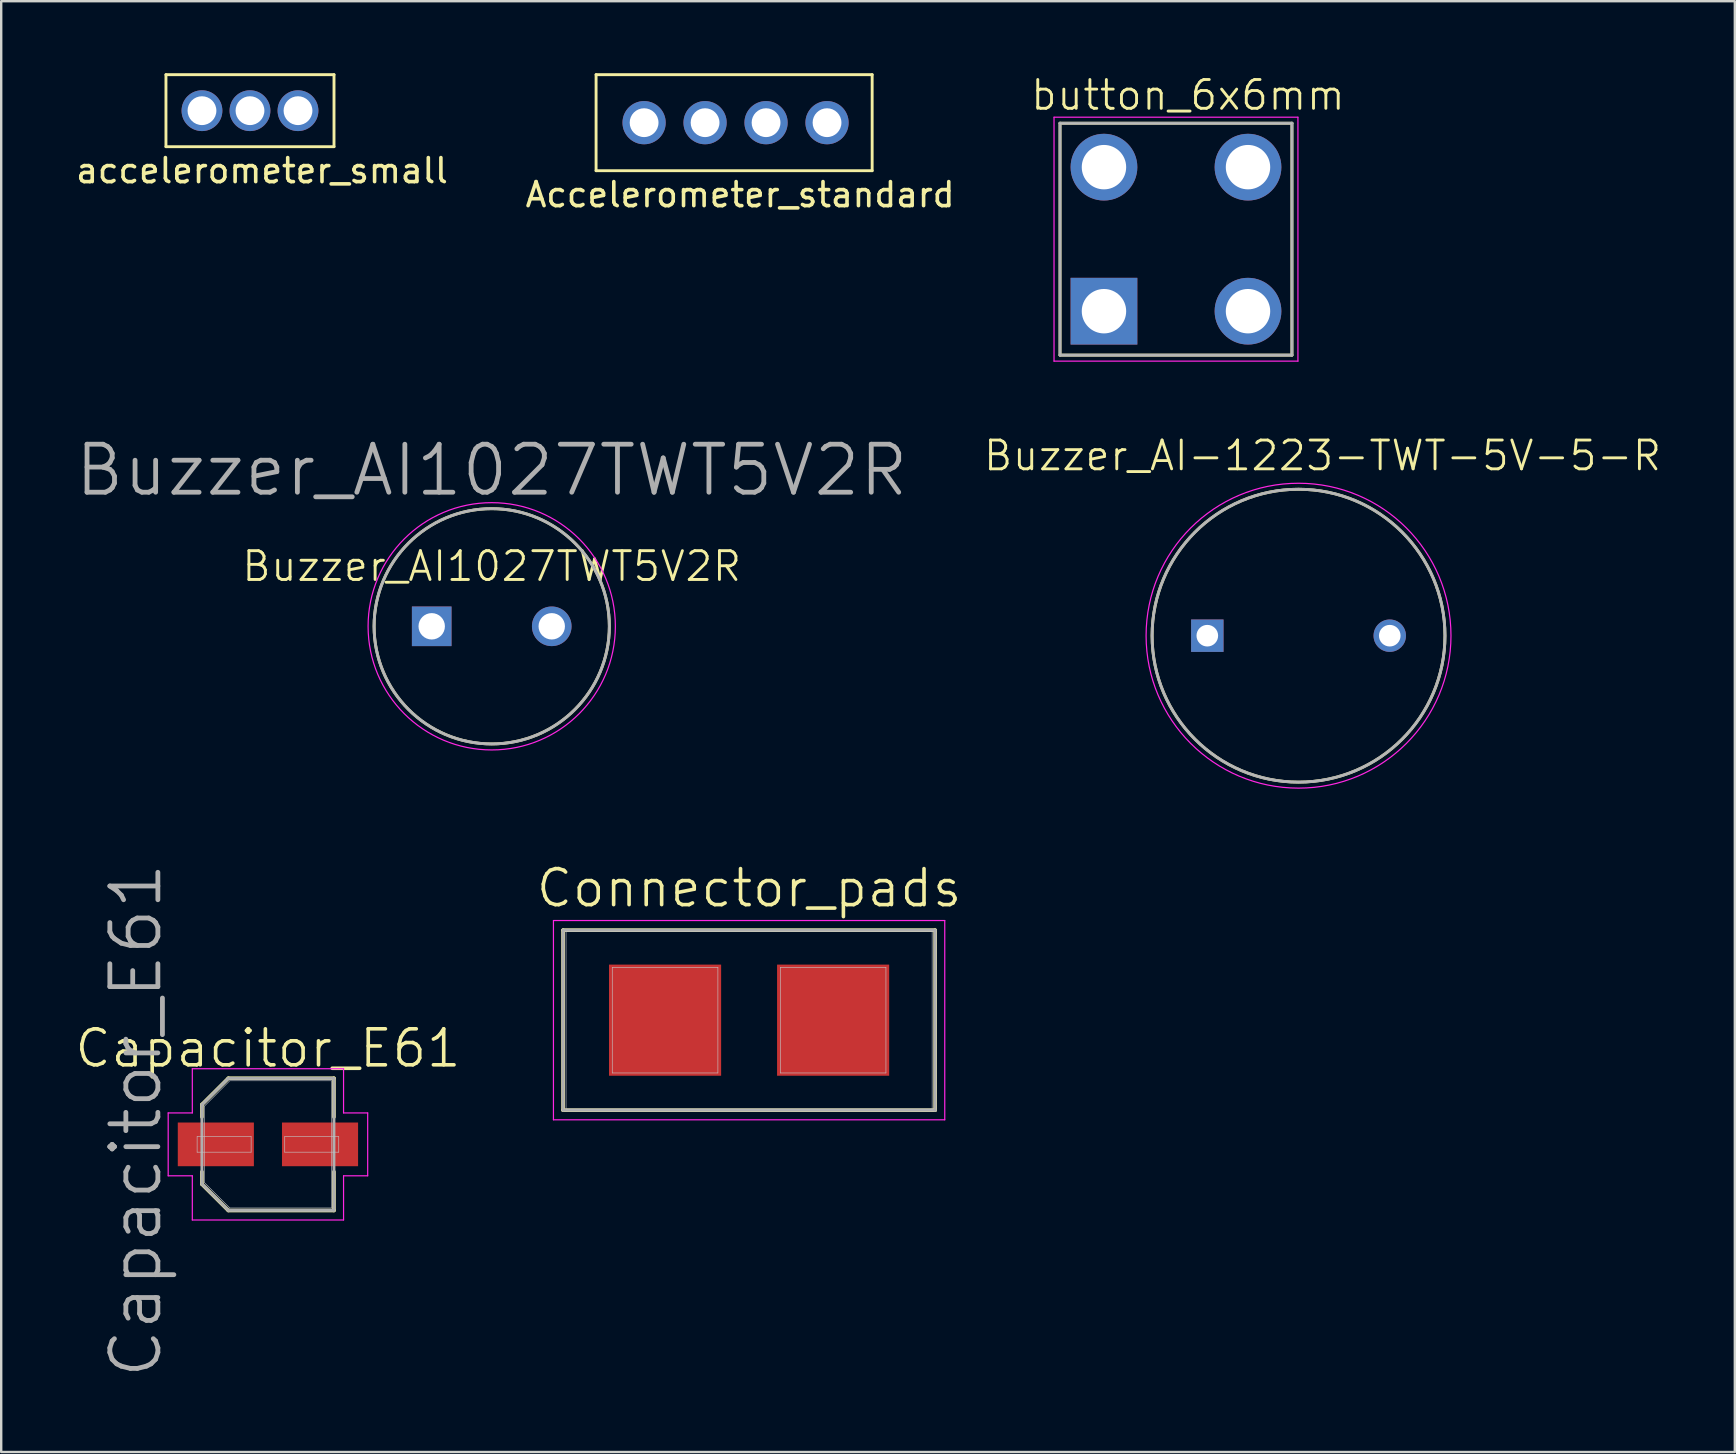
<source format=kicad_pcb>
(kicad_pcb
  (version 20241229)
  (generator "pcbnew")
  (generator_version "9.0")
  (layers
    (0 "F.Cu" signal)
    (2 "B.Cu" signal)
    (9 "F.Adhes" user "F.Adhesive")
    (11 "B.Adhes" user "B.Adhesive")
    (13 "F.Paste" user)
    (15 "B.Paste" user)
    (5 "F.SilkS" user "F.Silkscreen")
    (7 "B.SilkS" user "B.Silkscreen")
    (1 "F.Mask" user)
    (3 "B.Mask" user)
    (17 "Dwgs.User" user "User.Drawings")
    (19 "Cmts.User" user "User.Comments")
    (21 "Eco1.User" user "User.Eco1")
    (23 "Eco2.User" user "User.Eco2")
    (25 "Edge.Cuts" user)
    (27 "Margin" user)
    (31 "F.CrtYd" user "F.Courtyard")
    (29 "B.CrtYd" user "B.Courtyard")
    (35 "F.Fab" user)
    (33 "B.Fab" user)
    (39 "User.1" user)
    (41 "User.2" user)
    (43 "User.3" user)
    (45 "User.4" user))
  (footprint "Buzzer_AI-1223-TWT-5V-5-R"
    (layer "F.Cu")
    (at 51.041 23.43)
    (property "Reference" "Buzzer_AI-1223-TWT-5V-5-R" (at 1 -7.5 0) (layer "F.SilkS") (effects (font (size 1.2 1.2) (thickness 0.12))))
    (attr through_hole)
    (fp_circle (center 0 0) (end 0 6.1) (stroke (width 0.12) (type solid)) (fill no) (layer "F.SilkS"))
    (fp_circle (center -3.8 0) (end -3.8 0.35) (stroke (width 0.025) (type solid)) (fill no) (layer "Dwgs.User"))
    (fp_circle (center 0 0) (end 0 6.1) (stroke (width 0.025) (type solid)) (fill no) (layer "Dwgs.User"))
    (fp_circle (center 3.8 0) (end 3.8 0.35) (stroke (width 0.025) (type solid)) (fill no) (layer "Dwgs.User"))
    (fp_circle (center 0 0) (end 0 6.35) (stroke (width 0.05) (type solid)) (fill no) (layer "F.CrtYd"))
    (fp_circle (center 0 0) (end 0 6.1) (stroke (width 0.12) (type solid)) (fill no) (layer "F.Fab"))
    (pad "1" thru_hole rect (at -3.8 0) (size 1.35 1.35) (drill 0.9) (layers "*.Cu" "*.Mask"))
    (pad "2" thru_hole circle (at 3.8 0) (size 1.35 1.35) (drill 0.9) (layers "*.Cu" "*.Mask")))
  (footprint "Buzzer_AI1027TWT5V2R"
    (layer "F.Cu")
    (at 17.433 23.039)
    (property "Reference" "Buzzer_AI1027TWT5V2R" (at 0 -2.5 0) (layer "F.SilkS") (effects (font (size 1.2 1.2) (thickness 0.12))))
    (attr through_hole)
    (fp_circle (center 0 0) (end 0 4.9) (stroke (width 0.12) (type solid)) (fill no) (layer "F.SilkS"))
    (fp_circle (center -2.5 0) (end -2.5 0.45) (stroke (width 0.025) (type solid)) (fill no) (layer "Dwgs.User"))
    (fp_circle (center 0 0) (end 0 4.9) (stroke (width 0.025) (type solid)) (fill no) (layer "Dwgs.User"))
    (fp_circle (center 2.5 0) (end 2.5 0.45) (stroke (width 0.025) (type solid)) (fill no) (layer "Dwgs.User"))
    (fp_circle (center 0 0) (end 0 5.15) (stroke (width 0.05) (type solid)) (fill no) (layer "F.CrtYd"))
    (fp_circle (center 0 0) (end 0 4.9) (stroke (width 0.12) (type solid)) (fill no) (layer "F.Fab"))
    (fp_text user "${REFERENCE}" (at 0 -6.5 0) (layer "F.Fab") (effects (font (size 2 2) (thickness 0.2))))
    (pad "1" thru_hole rect (at -2.5 0) (size 1.65 1.65) (drill 1.1) (layers "*.Cu" "*.Mask"))
    (pad "2" thru_hole circle (at 2.5 0) (size 1.65 1.65) (drill 1.1) (layers "*.Cu" "*.Mask")))
  (footprint "Accelerometer_standard"
    (layer "F.Cu")
    (at 23.78 2.06)
    (property "Reference" "Accelerometer_standard" (at 4 3 0) (layer "F.SilkS") (effects (font (size 1 1) (thickness 0.15))))
    (attr through_hole)
    (fp_line (start -2 -2) (end -2 2) (stroke (width 0.12) (type solid)) (layer "F.SilkS"))
    (fp_line (start -2 2) (end 9.5 2) (stroke (width 0.12) (type solid)) (layer "F.SilkS"))
    (fp_line (start 9.5 -2) (end -2 -2) (stroke (width 0.12) (type solid)) (layer "F.SilkS"))
    (fp_line (start 9.5 2) (end 9.5 -2) (stroke (width 0.12) (type solid)) (layer "F.SilkS"))
    (pad "1" thru_hole circle (at 0 0) (size 1.8 1.8) (drill 1.2) (layers "*.Cu" "*.Mask"))
    (pad "2" thru_hole circle (at 2.54 0) (size 1.8 1.8) (drill 1.2) (layers "*.Cu" "*.Mask"))
    (pad "3" thru_hole circle (at 5.08 0) (size 1.8 1.8) (drill 1.2) (layers "*.Cu" "*.Mask"))
    (pad "4" thru_hole circle (at 7.62 0) (size 1.8 1.8) (drill 1.2) (layers "*.Cu" "*.Mask")))
  (footprint "Connector_pads"
    (layer "F.Cu")
    (at 28.154 39.446)
    (property "Reference" "Connector_pads" (at 0 -5.5 0) (layer "F.SilkS") (effects (font (size 1.5 1.5) (thickness 0.15))))
    (attr smd)
    (fp_line (start -7.75 -3.75) (end 7.75 -3.75) (stroke (width 0.15) (type solid)) (layer "F.SilkS"))
    (fp_line (start -7.75 3.75) (end -7.75 -3.75) (stroke (width 0.15) (type solid)) (layer "F.SilkS"))
    (fp_line (start 7.75 -3.75) (end 7.75 3.75) (stroke (width 0.15) (type solid)) (layer "F.SilkS"))
    (fp_line (start 7.75 3.75) (end -7.75 3.75) (stroke (width 0.15) (type solid)) (layer "F.SilkS"))
    (fp_line (start -7.625 -3.7) (end 7.625 -3.7) (stroke (width 0.025) (type solid)) (layer "Dwgs.User"))
    (fp_line (start -7.625 3.7) (end -7.625 -3.7) (stroke (width 0.025) (type solid)) (layer "Dwgs.User"))
    (fp_line (start -5.7 -2.2) (end -1.3 -2.2) (stroke (width 0.025) (type solid)) (layer "Dwgs.User"))
    (fp_line (start -5.7 2.2) (end -5.7 -2.2) (stroke (width 0.025) (type solid)) (layer "Dwgs.User"))
    (fp_line (start -1.3 -2.2) (end -1.3 2.2) (stroke (width 0.025) (type solid)) (layer "Dwgs.User"))
    (fp_line (start -1.3 2.2) (end -5.7 2.2) (stroke (width 0.025) (type solid)) (layer "Dwgs.User"))
    (fp_line (start 1.3 -2.2) (end 5.7 -2.2) (stroke (width 0.025) (type solid)) (layer "Dwgs.User"))
    (fp_line (start 1.3 2.2) (end 1.3 -2.2) (stroke (width 0.025) (type solid)) (layer "Dwgs.User"))
    (fp_line (start 5.7 -2.2) (end 5.7 2.2) (stroke (width 0.025) (type solid)) (layer "Dwgs.User"))
    (fp_line (start 5.7 2.2) (end 1.3 2.2) (stroke (width 0.025) (type solid)) (layer "Dwgs.User"))
    (fp_line (start 7.625 -3.7) (end 7.625 3.7) (stroke (width 0.025) (type solid)) (layer "Dwgs.User"))
    (fp_line (start 7.625 3.7) (end -7.625 3.7) (stroke (width 0.025) (type solid)) (layer "Dwgs.User"))
    (fp_line (start -8.15 -4.15) (end 8.15 -4.15) (stroke (width 0.05) (type solid)) (layer "F.CrtYd"))
    (fp_line (start -8.15 4.15) (end -8.15 -4.15) (stroke (width 0.05) (type solid)) (layer "F.CrtYd"))
    (fp_line (start 8.15 -4.15) (end 8.15 4.15) (stroke (width 0.05) (type solid)) (layer "F.CrtYd"))
    (fp_line (start 8.15 4.15) (end -8.15 4.15) (stroke (width 0.05) (type solid)) (layer "F.CrtYd"))
    (fp_line (start -7.75 -3.75) (end 7.75 -3.75) (stroke (width 0.12) (type solid)) (layer "F.Fab"))
    (fp_line (start -7.75 3.75) (end -7.75 -3.75) (stroke (width 0.12) (type solid)) (layer "F.Fab"))
    (fp_line (start 7.75 -3.75) (end 7.75 3.75) (stroke (width 0.12) (type solid)) (layer "F.Fab"))
    (fp_line (start 7.75 3.75) (end -7.75 3.75) (stroke (width 0.12) (type solid)) (layer "F.Fab"))
    (pad "1" smd rect (at -3.5 0) (size 4.67 4.63) (layers "F.Cu" "F.Mask" "F.Paste"))
    (pad "2" smd rect (at 3.5 0) (size 4.67 4.63) (layers "F.Cu" "F.Mask" "F.Paste")))
  (footprint "Capacitor_E61"
    (layer "F.Cu")
    (at 8.111 44.619)
    (property "Reference" "Capacitor_E61" (at 0 -4 0) (layer "F.SilkS") (effects (font (size 1.5 1.5) (thickness 0.15))))
    (attr smd)
    (fp_line (start -2.75 -1.66) (end -2.75 -1.14) (stroke (width 0.15) (type solid)) (layer "F.SilkS"))
    (fp_line (start -2.75 1.66) (end -2.75 1.14) (stroke (width 0.15) (type solid)) (layer "F.SilkS"))
    (fp_line (start -1.65 -2.755) (end -2.75 -1.66) (stroke (width 0.15) (type solid)) (layer "F.SilkS"))
    (fp_line (start -1.65 2.755) (end -2.75 1.66) (stroke (width 0.15) (type solid)) (layer "F.SilkS"))
    (fp_line (start 2.75 -2.755) (end -1.65 -2.755) (stroke (width 0.15) (type solid)) (layer "F.SilkS"))
    (fp_line (start 2.75 -1.14) (end 2.75 -2.755) (stroke (width 0.15) (type solid)) (layer "F.SilkS"))
    (fp_line (start 2.75 1.14) (end 2.75 2.755) (stroke (width 0.15) (type solid)) (layer "F.SilkS"))
    (fp_line (start 2.75 2.755) (end -1.65 2.755) (stroke (width 0.15) (type solid)) (layer "F.SilkS"))
    (fp_line (start -2.95 -0.325) (end -0.7 -0.325) (stroke (width 0.025) (type solid)) (layer "Dwgs.User"))
    (fp_line (start -2.95 0.325) (end -2.95 -0.325) (stroke (width 0.025) (type solid)) (layer "Dwgs.User"))
    (fp_line (start -2.65 -1.59) (end -1.59 -2.65) (stroke (width 0.025) (type solid)) (layer "Dwgs.User"))
    (fp_line (start -2.65 1.59) (end -2.65 -1.59) (stroke (width 0.025) (type solid)) (layer "Dwgs.User"))
    (fp_line (start -1.59 -2.65) (end 2.65 -2.65) (stroke (width 0.025) (type solid)) (layer "Dwgs.User"))
    (fp_line (start -1.59 2.65) (end -2.65 1.59) (stroke (width 0.025) (type solid)) (layer "Dwgs.User"))
    (fp_line (start -0.7 -0.325) (end -0.7 0.325) (stroke (width 0.025) (type solid)) (layer "Dwgs.User"))
    (fp_line (start -0.7 0.325) (end -2.95 0.325) (stroke (width 0.025) (type solid)) (layer "Dwgs.User"))
    (fp_line (start 0.7 -0.325) (end 2.95 -0.325) (stroke (width 0.025) (type solid)) (layer "Dwgs.User"))
    (fp_line (start 0.7 0.325) (end 0.7 -0.325) (stroke (width 0.025) (type solid)) (layer "Dwgs.User"))
    (fp_line (start 2.65 -2.65) (end 2.65 2.65) (stroke (width 0.025) (type solid)) (layer "Dwgs.User"))
    (fp_line (start 2.65 2.65) (end -1.59 2.65) (stroke (width 0.025) (type solid)) (layer "Dwgs.User"))
    (fp_line (start 2.95 -0.325) (end 2.95 0.325) (stroke (width 0.025) (type solid)) (layer "Dwgs.User"))
    (fp_line (start 2.95 0.325) (end 0.7 0.325) (stroke (width 0.025) (type solid)) (layer "Dwgs.User"))
    (fp_line (start -4.155 -1.31) (end -4.155 1.31) (stroke (width 0.05) (type solid)) (layer "F.CrtYd"))
    (fp_line (start -4.155 1.31) (end -3.15 1.31) (stroke (width 0.05) (type solid)) (layer "F.CrtYd"))
    (fp_line (start -3.15 -3.15) (end -3.15 -1.31) (stroke (width 0.05) (type solid)) (layer "F.CrtYd"))
    (fp_line (start -3.15 -1.31) (end -4.155 -1.31) (stroke (width 0.05) (type solid)) (layer "F.CrtYd"))
    (fp_line (start -3.15 1.31) (end -3.15 3.15) (stroke (width 0.05) (type solid)) (layer "F.CrtYd"))
    (fp_line (start -3.15 3.15) (end 3.15 3.15) (stroke (width 0.05) (type solid)) (layer "F.CrtYd"))
    (fp_line (start 3.15 -3.15) (end -3.15 -3.15) (stroke (width 0.05) (type solid)) (layer "F.CrtYd"))
    (fp_line (start 3.15 -1.31) (end 3.15 -3.15) (stroke (width 0.05) (type solid)) (layer "F.CrtYd"))
    (fp_line (start 3.15 1.31) (end 4.155 1.31) (stroke (width 0.05) (type solid)) (layer "F.CrtYd"))
    (fp_line (start 3.15 3.15) (end 3.15 1.31) (stroke (width 0.05) (type solid)) (layer "F.CrtYd"))
    (fp_line (start 4.155 -1.31) (end 3.15 -1.31) (stroke (width 0.05) (type solid)) (layer "F.CrtYd"))
    (fp_line (start 4.155 1.31) (end 4.155 -1.31) (stroke (width 0.05) (type solid)) (layer "F.CrtYd"))
    (fp_line (start -2.75 -1.65) (end -1.65 -2.75) (stroke (width 0.12) (type solid)) (layer "F.Fab"))
    (fp_line (start -2.75 1.65) (end -2.75 -1.65) (stroke (width 0.12) (type solid)) (layer "F.Fab"))
    (fp_line (start -1.65 -2.75) (end 2.75 -2.75) (stroke (width 0.12) (type solid)) (layer "F.Fab"))
    (fp_line (start -1.65 2.75) (end -2.75 1.65) (stroke (width 0.12) (type solid)) (layer "F.Fab"))
    (fp_line (start 2.75 -2.75) (end 2.75 2.75) (stroke (width 0.12) (type solid)) (layer "F.Fab"))
    (fp_line (start 2.75 2.75) (end -1.65 2.75) (stroke (width 0.12) (type solid)) (layer "F.Fab"))
    (fp_text user "${REFERENCE}" (at -5.5 -1 90) (layer "F.Fab") (effects (font (size 2 2) (thickness 0.2))))
    (pad "1" smd rect (at -2.17 0) (size 3.17 1.82) (layers "F.Cu" "F.Mask" "F.Paste"))
    (pad "2" smd rect (at 2.17 0) (size 3.17 1.82) (layers "F.Cu" "F.Mask" "F.Paste")))
  (footprint "button_6x6mm"
    (layer "F.Cu")
    (at 42.936 9.913)
    (property "Reference" "button_6x6mm" (at 3.5 -9 0) (layer "F.SilkS") (effects (font (size 1.2 1.2) (thickness 0.12))))
    (attr through_hole)
    (fp_line (start -1.83 -7.83) (end 7.83 -7.83) (stroke (width 0.12) (type solid)) (layer "F.SilkS"))
    (fp_line (start -1.83 1.83) (end -1.83 -7.83) (stroke (width 0.12) (type solid)) (layer "F.SilkS"))
    (fp_line (start 7.83 -7.83) (end 7.83 1.83) (stroke (width 0.12) (type solid)) (layer "F.SilkS"))
    (fp_line (start 7.83 1.83) (end -1.83 1.83) (stroke (width 0.12) (type solid)) (layer "F.SilkS"))
    (fp_line (start -1.825 -7.825) (end 7.825 -7.825) (stroke (width 0.025) (type solid)) (layer "Dwgs.User"))
    (fp_line (start -1.825 1.825) (end -1.825 -7.825) (stroke (width 0.025) (type solid)) (layer "Dwgs.User"))
    (fp_line (start -0.6 -6.6) (end 0.6 -6.6) (stroke (width 0.025) (type solid)) (layer "Dwgs.User"))
    (fp_line (start -0.6 -5.4) (end -0.6 -6.6) (stroke (width 0.025) (type solid)) (layer "Dwgs.User"))
    (fp_line (start -0.6 -0.6) (end 0.6 -0.6) (stroke (width 0.025) (type solid)) (layer "Dwgs.User"))
    (fp_line (start -0.6 0.6) (end -0.6 -0.6) (stroke (width 0.025) (type solid)) (layer "Dwgs.User"))
    (fp_line (start 0.6 -6.6) (end 0.6 -5.4) (stroke (width 0.025) (type solid)) (layer "Dwgs.User"))
    (fp_line (start 0.6 -5.4) (end -0.6 -5.4) (stroke (width 0.025) (type solid)) (layer "Dwgs.User"))
    (fp_line (start 0.6 -0.6) (end 0.6 0.6) (stroke (width 0.025) (type solid)) (layer "Dwgs.User"))
    (fp_line (start 0.6 0.6) (end -0.6 0.6) (stroke (width 0.025) (type solid)) (layer "Dwgs.User"))
    (fp_line (start 5.4 -6.6) (end 6.6 -6.6) (stroke (width 0.025) (type solid)) (layer "Dwgs.User"))
    (fp_line (start 5.4 -5.4) (end 5.4 -6.6) (stroke (width 0.025) (type solid)) (layer "Dwgs.User"))
    (fp_line (start 5.4 -0.6) (end 6.6 -0.6) (stroke (width 0.025) (type solid)) (layer "Dwgs.User"))
    (fp_line (start 5.4 0.6) (end 5.4 -0.6) (stroke (width 0.025) (type solid)) (layer "Dwgs.User"))
    (fp_line (start 6.6 -6.6) (end 6.6 -5.4) (stroke (width 0.025) (type solid)) (layer "Dwgs.User"))
    (fp_line (start 6.6 -5.4) (end 5.4 -5.4) (stroke (width 0.025) (type solid)) (layer "Dwgs.User"))
    (fp_line (start 6.6 -0.6) (end 6.6 0.6) (stroke (width 0.025) (type solid)) (layer "Dwgs.User"))
    (fp_line (start 6.6 0.6) (end 5.4 0.6) (stroke (width 0.025) (type solid)) (layer "Dwgs.User"))
    (fp_line (start 7.825 -7.825) (end 7.825 1.825) (stroke (width 0.025) (type solid)) (layer "Dwgs.User"))
    (fp_line (start 7.825 1.825) (end -1.825 1.825) (stroke (width 0.025) (type solid)) (layer "Dwgs.User"))
    (fp_line (start -2.08 -8.08) (end 8.08 -8.08) (stroke (width 0.05) (type solid)) (layer "F.CrtYd"))
    (fp_line (start -2.08 2.08) (end -2.08 -8.08) (stroke (width 0.05) (type solid)) (layer "F.CrtYd"))
    (fp_line (start 8.08 -8.08) (end 8.08 2.08) (stroke (width 0.05) (type solid)) (layer "F.CrtYd"))
    (fp_line (start 8.08 2.08) (end -2.08 2.08) (stroke (width 0.05) (type solid)) (layer "F.CrtYd"))
    (fp_line (start -1.83 -7.83) (end 7.83 -7.83) (stroke (width 0.12) (type solid)) (layer "F.Fab"))
    (fp_line (start -1.83 1.83) (end -1.83 -7.83) (stroke (width 0.12) (type solid)) (layer "F.Fab"))
    (fp_line (start 7.83 -7.83) (end 7.83 1.83) (stroke (width 0.12) (type solid)) (layer "F.Fab"))
    (fp_line (start 7.83 1.83) (end -1.83 1.83) (stroke (width 0.12) (type solid)) (layer "F.Fab"))
    (pad "1" thru_hole rect (at 0 0) (size 2.78 2.78) (drill 1.85) (layers "*.Cu" "*.Mask"))
    (pad "2" thru_hole circle (at 0 -6) (size 2.78 2.78) (drill 1.85) (layers "*.Cu" "*.Mask"))
    (pad "3" thru_hole circle (at 6 0) (size 2.78 2.78) (drill 1.85) (layers "*.Cu" "*.Mask"))
    (pad "4" thru_hole circle (at 6 -6) (size 2.78 2.78) (drill 1.85) (layers "*.Cu" "*.Mask")))
  (footprint "accelerometer_small"
    (layer "F.Cu")
    (at 5.363 1.56)
    (property "Reference" "accelerometer_small" (at 2.5 2.5 0) (layer "F.SilkS") (effects (font (size 1 1) (thickness 0.15))))
    (attr through_hole)
    (fp_line (start -1.5 -1.5) (end -1.5 1.5) (stroke (width 0.12) (type solid)) (layer "F.SilkS"))
    (fp_line (start -1.5 1.5) (end 5.5 1.5) (stroke (width 0.12) (type solid)) (layer "F.SilkS"))
    (fp_line (start 5.5 -1.5) (end -1.5 -1.5) (stroke (width 0.12) (type solid)) (layer "F.SilkS"))
    (fp_line (start 5.5 1.5) (end 5.5 -1.5) (stroke (width 0.12) (type solid)) (layer "F.SilkS"))
    (pad "1" thru_hole circle (at 0 0) (size 1.7 1.7) (drill 1.2) (layers "*.Cu" "*.Mask"))
    (pad "2" thru_hole circle (at 2 0) (size 1.7 1.7) (drill 1.2) (layers "*.Cu" "*.Mask"))
    (pad "3" thru_hole circle (at 4 0) (size 1.7 1.7) (drill 1.2) (layers "*.Cu" "*.Mask")))
  (gr_rect
    (start -3 -3)
    (end 69.215 57.434)
    (stroke (width 0.1) (type default))
    (fill no)
    (layer "Edge.Cuts")))
</source>
